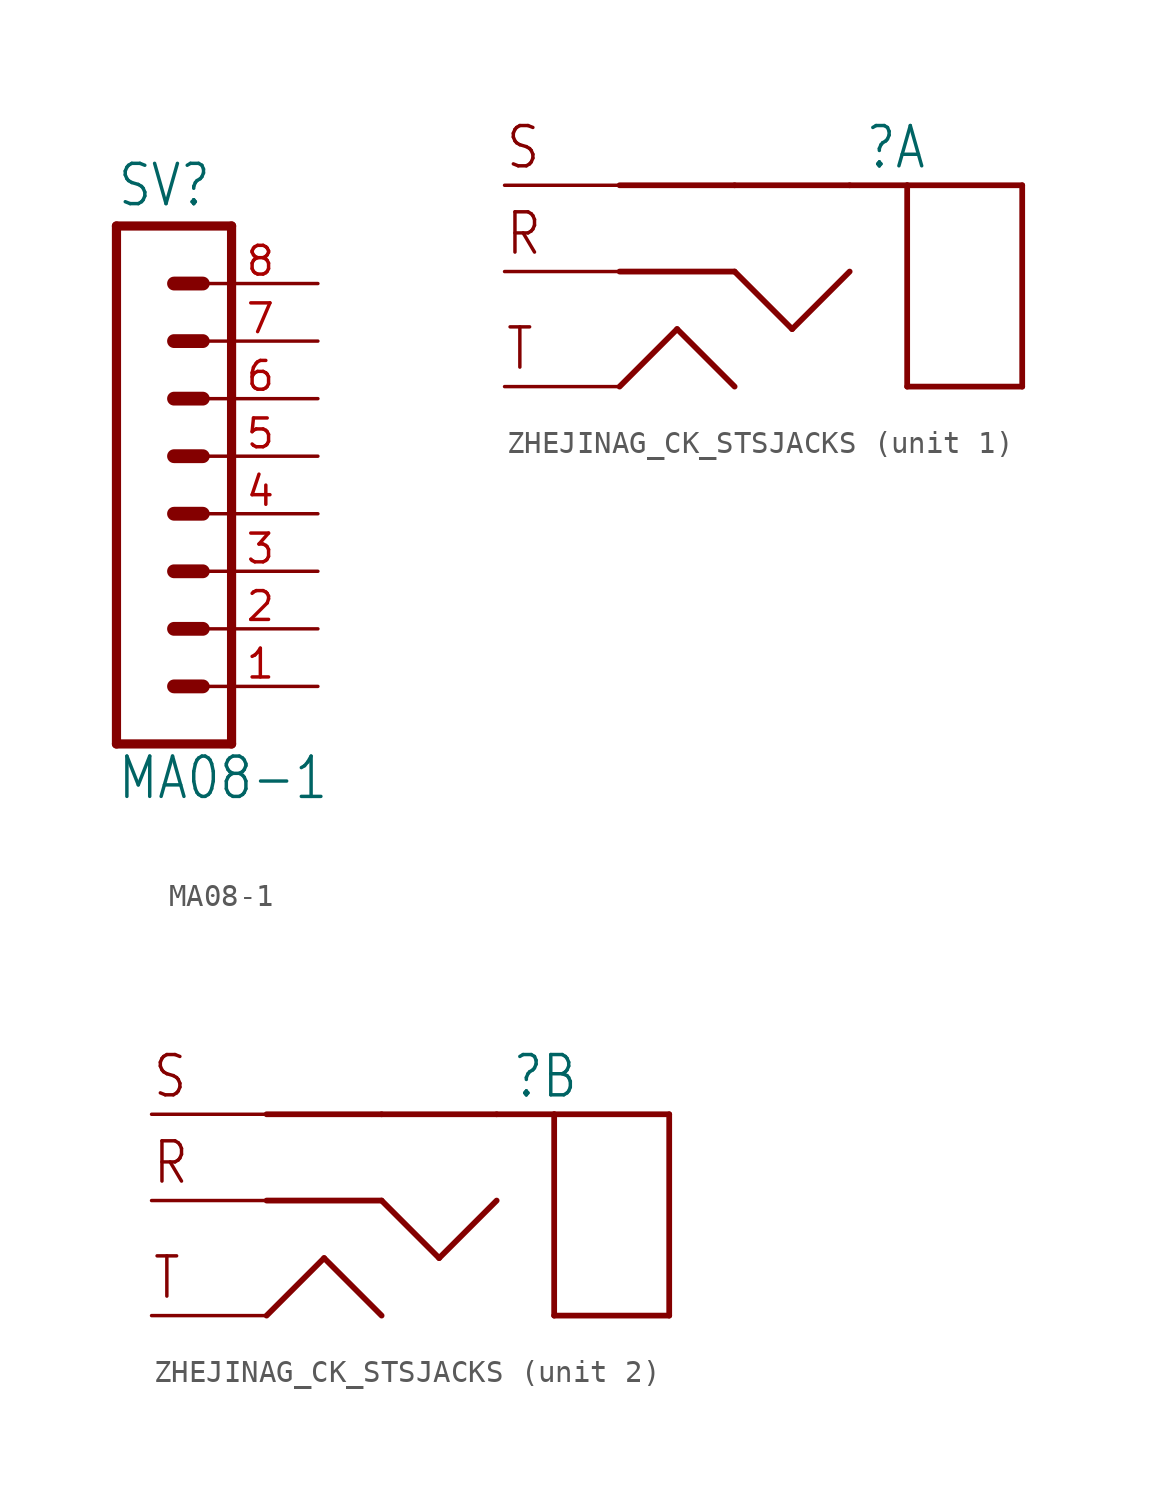
<source format=kicad_sym>
(kicad_symbol_lib
  (version 20211014)
  (generator kicad_symbol_editor)
  (symbol "MA08-1"
    (property "Reference" "SV"
      (at -1.27 13.462 0)
      (effects (font (size 1.778 1.511)) (justify left bottom)))
    (property "Value" "MA08-1"
      (at -1.27 -12.7 0)
      (effects (font (size 1.778 1.511)) (justify left bottom)))
    (property "ki_locked" ""
      (at 0 0 0)
      (effects (font (size 1.27 1.27))))
    (symbol "MA08-1_1_0"
      (polyline (pts (xy -1.27 12.7) (xy -1.27 -10.16)) (stroke (width 0.406) (type default) (color 0 0 0 0)) (fill (type none)))
      (polyline (pts (xy -1.27 12.7) (xy 3.81 12.7)) (stroke (width 0.406) (type default) (color 0 0 0 0)) (fill (type none)))
      (polyline (pts (xy 1.27 -7.62) (xy 2.54 -7.62)) (stroke (width 0.61) (type default) (color 0 0 0 0)) (fill (type none)))
      (polyline (pts (xy 1.27 -5.08) (xy 2.54 -5.08)) (stroke (width 0.61) (type default) (color 0 0 0 0)) (fill (type none)))
      (polyline (pts (xy 1.27 -2.54) (xy 2.54 -2.54)) (stroke (width 0.61) (type default) (color 0 0 0 0)) (fill (type none)))
      (polyline (pts (xy 1.27 0) (xy 2.54 0)) (stroke (width 0.61) (type default) (color 0 0 0 0)) (fill (type none)))
      (polyline (pts (xy 1.27 2.54) (xy 2.54 2.54)) (stroke (width 0.61) (type default) (color 0 0 0 0)) (fill (type none)))
      (polyline (pts (xy 1.27 5.08) (xy 2.54 5.08)) (stroke (width 0.61) (type default) (color 0 0 0 0)) (fill (type none)))
      (polyline (pts (xy 1.27 7.62) (xy 2.54 7.62)) (stroke (width 0.61) (type default) (color 0 0 0 0)) (fill (type none)))
      (polyline (pts (xy 1.27 10.16) (xy 2.54 10.16)) (stroke (width 0.61) (type default) (color 0 0 0 0)) (fill (type none)))
      (polyline (pts (xy 3.81 -10.16) (xy -1.27 -10.16)) (stroke (width 0.406) (type default) (color 0 0 0 0)) (fill (type none)))
      (polyline (pts (xy 3.81 -10.16) (xy 3.81 12.7)) (stroke (width 0.406) (type default) (color 0 0 0 0)) (fill (type none)))
      (pin passive line (at 7.62 -7.62 180) (length 5.08) (name "1" (effects (font (size 0 0)))) (number "1" (effects (font (size 1.27 1.27)))))
      (pin passive line (at 7.62 -5.08 180) (length 5.08) (name "2" (effects (font (size 0 0)))) (number "2" (effects (font (size 1.27 1.27)))))
      (pin passive line (at 7.62 -2.54 180) (length 5.08) (name "3" (effects (font (size 0 0)))) (number "3" (effects (font (size 1.27 1.27)))))
      (pin passive line (at 7.62 0 180) (length 5.08) (name "4" (effects (font (size 0 0)))) (number "4" (effects (font (size 1.27 1.27)))))
      (pin passive line (at 7.62 2.54 180) (length 5.08) (name "5" (effects (font (size 0 0)))) (number "5" (effects (font (size 1.27 1.27)))))
      (pin passive line (at 7.62 5.08 180) (length 5.08) (name "6" (effects (font (size 0 0)))) (number "6" (effects (font (size 1.27 1.27)))))
      (pin passive line (at 7.62 7.62 180) (length 5.08) (name "7" (effects (font (size 0 0)))) (number "7" (effects (font (size 1.27 1.27)))))
      (pin passive line (at 7.62 10.16 180) (length 5.08) (name "8" (effects (font (size 0 0)))) (number "8" (effects (font (size 1.27 1.27)))))))
  (symbol "ZHEJINAG_CK_STSJACKS"
    (property "Reference" ""
      (at 15.875 8.255 0)
      (effects (font (size 1.778 1.511)) (justify left bottom)))
    (property "ki_locked" ""
      (at 0 0 0)
      (effects (font (size 1.27 1.27))))
    (symbol "ZHEJINAG_CK_STSJACKS_1_0"
      (polyline (pts (xy 5.08 -1.27) (xy 7.62 1.27)) (stroke (width 0.254) (type default) (color 0 0 0 0)) (fill (type none)))
      (polyline (pts (xy 7.62 1.27) (xy 10.16 -1.27)) (stroke (width 0.254) (type default) (color 0 0 0 0)) (fill (type none)))
      (polyline (pts (xy 10.16 3.81) (xy 5.08 3.81)) (stroke (width 0.254) (type default) (color 0 0 0 0)) (fill (type none)))
      (polyline (pts (xy 10.16 3.81) (xy 12.7 1.27)) (stroke (width 0.254) (type default) (color 0 0 0 0)) (fill (type none)))
      (polyline (pts (xy 10.16 7.62) (xy 5.08 7.62)) (stroke (width 0.254) (type default) (color 0 0 0 0)) (fill (type none)))
      (polyline (pts (xy 12.7 1.27) (xy 15.24 3.81)) (stroke (width 0.254) (type default) (color 0 0 0 0)) (fill (type none)))
      (polyline (pts (xy 15.24 7.62) (xy 10.16 7.62)) (stroke (width 0.254) (type default) (color 0 0 0 0)) (fill (type none)))
      (polyline (pts (xy 15.24 7.62) (xy 17.78 7.62)) (stroke (width 0.254) (type default) (color 0 0 0 0)) (fill (type none)))
      (polyline (pts (xy 17.78 -1.27) (xy 22.86 -1.27)) (stroke (width 0.254) (type default) (color 0 0 0 0)) (fill (type none)))
      (polyline (pts (xy 17.78 7.62) (xy 17.78 -1.27)) (stroke (width 0.254) (type default) (color 0 0 0 0)) (fill (type none)))
      (polyline (pts (xy 22.86 -1.27) (xy 22.86 7.62)) (stroke (width 0.254) (type default) (color 0 0 0 0)) (fill (type none)))
      (polyline (pts (xy 22.86 7.62) (xy 17.78 7.62)) (stroke (width 0.254) (type default) (color 0 0 0 0)) (fill (type none)))
      (text "R" (at 0 4.445 0) (effects (font (size 1.778 1.511)) (justify left bottom)))
      (text "S" (at 0 8.255 0) (effects (font (size 1.778 1.511)) (justify left bottom)))
      (text "T" (at 0 -0.635 0) (effects (font (size 1.778 1.511)) (justify left bottom)))
      (pin bidirectional line (at 0 3.81 0) (length 5.08) (name "R" (effects (font (size 0 0)))) (number "2R" (effects (font (size 0 0)))))
      (pin bidirectional line (at 0 7.62 0) (length 5.08) (name "S" (effects (font (size 0 0)))) (number "2S" (effects (font (size 0 0)))))
      (pin bidirectional line (at 0 -1.27 0) (length 5.08) (name "T" (effects (font (size 0 0)))) (number "2T" (effects (font (size 0 0))))))
    (symbol "ZHEJINAG_CK_STSJACKS_2_0"
      (polyline (pts (xy 5.08 -1.27) (xy 7.62 1.27)) (stroke (width 0.254) (type default) (color 0 0 0 0)) (fill (type none)))
      (polyline (pts (xy 7.62 1.27) (xy 10.16 -1.27)) (stroke (width 0.254) (type default) (color 0 0 0 0)) (fill (type none)))
      (polyline (pts (xy 10.16 3.81) (xy 5.08 3.81)) (stroke (width 0.254) (type default) (color 0 0 0 0)) (fill (type none)))
      (polyline (pts (xy 10.16 3.81) (xy 12.7 1.27)) (stroke (width 0.254) (type default) (color 0 0 0 0)) (fill (type none)))
      (polyline (pts (xy 10.16 7.62) (xy 5.08 7.62)) (stroke (width 0.254) (type default) (color 0 0 0 0)) (fill (type none)))
      (polyline (pts (xy 12.7 1.27) (xy 15.24 3.81)) (stroke (width 0.254) (type default) (color 0 0 0 0)) (fill (type none)))
      (polyline (pts (xy 15.24 7.62) (xy 10.16 7.62)) (stroke (width 0.254) (type default) (color 0 0 0 0)) (fill (type none)))
      (polyline (pts (xy 15.24 7.62) (xy 17.78 7.62)) (stroke (width 0.254) (type default) (color 0 0 0 0)) (fill (type none)))
      (polyline (pts (xy 17.78 -1.27) (xy 22.86 -1.27)) (stroke (width 0.254) (type default) (color 0 0 0 0)) (fill (type none)))
      (polyline (pts (xy 17.78 7.62) (xy 17.78 -1.27)) (stroke (width 0.254) (type default) (color 0 0 0 0)) (fill (type none)))
      (polyline (pts (xy 22.86 -1.27) (xy 22.86 7.62)) (stroke (width 0.254) (type default) (color 0 0 0 0)) (fill (type none)))
      (polyline (pts (xy 22.86 7.62) (xy 17.78 7.62)) (stroke (width 0.254) (type default) (color 0 0 0 0)) (fill (type none)))
      (text "R" (at 0 4.445 0) (effects (font (size 1.778 1.511)) (justify left bottom)))
      (text "S" (at 0 8.255 0) (effects (font (size 1.778 1.511)) (justify left bottom)))
      (text "T" (at 0 -0.635 0) (effects (font (size 1.778 1.511)) (justify left bottom)))
      (pin bidirectional line (at 0 3.81 0) (length 5.08) (name "R" (effects (font (size 0 0)))) (number "R" (effects (font (size 0 0)))))
      (pin bidirectional line (at 0 7.62 0) (length 5.08) (name "S" (effects (font (size 0 0)))) (number "S" (effects (font (size 0 0)))))
      (pin bidirectional line (at 0 -1.27 0) (length 5.08) (name "T" (effects (font (size 0 0)))) (number "T" (effects (font (size 0 0))))))))
</source>
